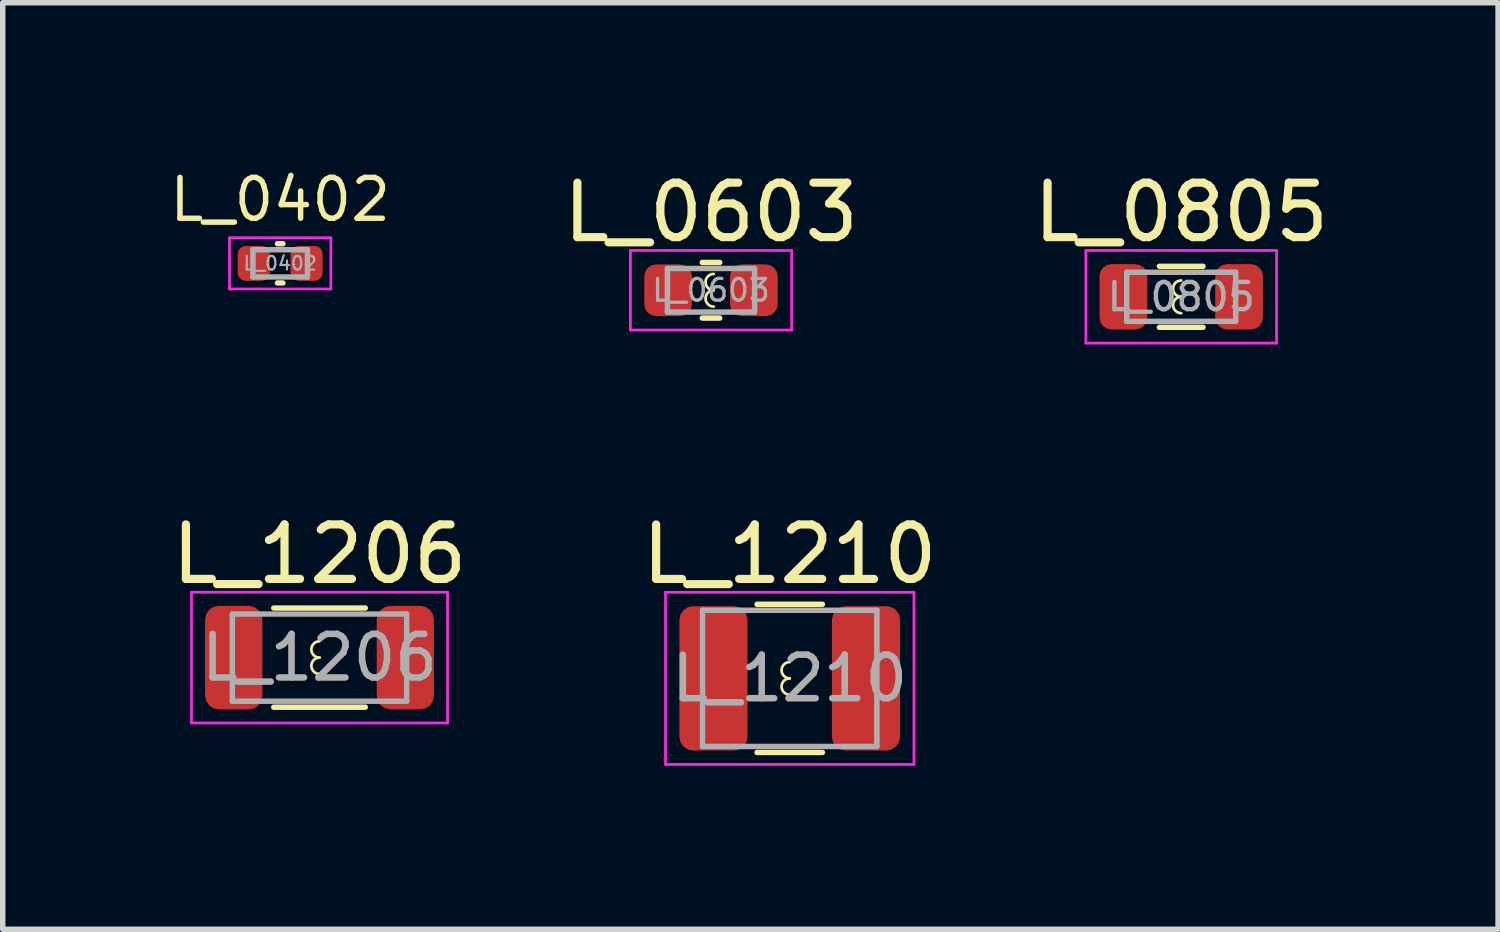
<source format=kicad_pcb>
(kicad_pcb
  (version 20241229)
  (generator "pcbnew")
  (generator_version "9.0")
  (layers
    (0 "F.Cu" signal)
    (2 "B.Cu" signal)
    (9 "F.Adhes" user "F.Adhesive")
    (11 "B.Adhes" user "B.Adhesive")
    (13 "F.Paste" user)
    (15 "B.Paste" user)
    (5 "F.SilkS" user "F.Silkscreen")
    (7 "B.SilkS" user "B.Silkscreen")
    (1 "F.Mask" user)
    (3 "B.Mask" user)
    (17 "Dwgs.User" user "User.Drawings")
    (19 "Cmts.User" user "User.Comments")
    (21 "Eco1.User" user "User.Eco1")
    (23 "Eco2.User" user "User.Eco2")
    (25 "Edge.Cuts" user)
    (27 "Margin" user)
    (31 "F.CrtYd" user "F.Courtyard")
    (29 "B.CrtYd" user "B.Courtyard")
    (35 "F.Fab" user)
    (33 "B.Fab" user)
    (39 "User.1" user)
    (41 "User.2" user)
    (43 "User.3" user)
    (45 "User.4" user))
  (footprint "L_0805"
    (layer "F.Cu")
    (at 18.632 2.398)
    (property "Reference" "L_0805" (at 0 -1.55 0) (layer "F.SilkS") (effects (font (size 1 1) (thickness 0.15))))
    (attr smd)
    (fp_line (start -0.4 -0.56) (end 0.4 -0.56) (stroke (width 0.1) (type solid)) (layer "F.SilkS"))
    (fp_line (start -0.4 0.56) (end 0.4 0.56) (stroke (width 0.1) (type solid)) (layer "F.SilkS"))
    (fp_arc (start 0 0) (mid -0.15 -0.15) (end 0 -0.3) (stroke (width 0.05) (type solid)) (layer "F.SilkS"))
    (fp_arc (start 0 0.3) (mid -0.15 0.15) (end 0 0) (stroke (width 0.05) (type solid)) (layer "F.SilkS"))
    (fp_line (start -1.75 -0.85) (end 1.75 -0.85) (stroke (width 0.05) (type solid)) (layer "F.CrtYd"))
    (fp_line (start -1.75 0.85) (end -1.75 -0.85) (stroke (width 0.05) (type solid)) (layer "F.CrtYd"))
    (fp_line (start 1.75 -0.85) (end 1.75 0.85) (stroke (width 0.05) (type solid)) (layer "F.CrtYd"))
    (fp_line (start 1.75 0.85) (end -1.75 0.85) (stroke (width 0.05) (type solid)) (layer "F.CrtYd"))
    (fp_line (start -1 -0.45) (end 1 -0.45) (stroke (width 0.1) (type solid)) (layer "F.Fab"))
    (fp_line (start -1 0.45) (end -1 -0.45) (stroke (width 0.1) (type solid)) (layer "F.Fab"))
    (fp_line (start 1 -0.45) (end 1 0.45) (stroke (width 0.1) (type solid)) (layer "F.Fab"))
    (fp_line (start 1 0.45) (end -1 0.45) (stroke (width 0.1) (type solid)) (layer "F.Fab"))
    (fp_text user "${REFERENCE}" (at 0 0 0) (layer "F.Fab") (effects (font (size 0.5 0.5) (thickness 0.08))))
    (pad "1" smd roundrect (at -1.062 0) (size 0.875 1.2) (layers "F.Cu" "F.Mask" "F.Paste") (roundrect_rratio 0.25))
    (pad "2" smd roundrect (at 1.062 0) (size 0.875 1.2) (layers "F.Cu" "F.Mask" "F.Paste") (roundrect_rratio 0.25)))
  (footprint "L_1210"
    (layer "F.Cu")
    (at 11.446 9.402)
    (property "Reference" "L_1210" (at 0 -2.28 0) (layer "F.SilkS") (effects (font (size 1 1) (thickness 0.15))))
    (attr smd)
    (fp_line (start -0.6 -1.36) (end 0.6 -1.36) (stroke (width 0.1) (type solid)) (layer "F.SilkS"))
    (fp_line (start -0.6 1.36) (end 0.6 1.36) (stroke (width 0.1) (type solid)) (layer "F.SilkS"))
    (fp_arc (start 0 0) (mid -0.15 -0.15) (end 0 -0.3) (stroke (width 0.05) (type solid)) (layer "F.SilkS"))
    (fp_arc (start 0 0.3) (mid -0.15 0.15) (end 0 0) (stroke (width 0.05) (type solid)) (layer "F.SilkS"))
    (fp_line (start -2.28 -1.58) (end 2.28 -1.58) (stroke (width 0.05) (type solid)) (layer "F.CrtYd"))
    (fp_line (start -2.28 1.58) (end -2.28 -1.58) (stroke (width 0.05) (type solid)) (layer "F.CrtYd"))
    (fp_line (start 2.28 -1.58) (end 2.28 1.58) (stroke (width 0.05) (type solid)) (layer "F.CrtYd"))
    (fp_line (start 2.28 1.58) (end -2.28 1.58) (stroke (width 0.05) (type solid)) (layer "F.CrtYd"))
    (fp_line (start -1.6 -1.25) (end 1.6 -1.25) (stroke (width 0.1) (type solid)) (layer "F.Fab"))
    (fp_line (start -1.6 1.25) (end -1.6 -1.25) (stroke (width 0.1) (type solid)) (layer "F.Fab"))
    (fp_line (start 1.6 -1.25) (end 1.6 1.25) (stroke (width 0.1) (type solid)) (layer "F.Fab"))
    (fp_line (start 1.6 1.25) (end -1.6 1.25) (stroke (width 0.1) (type solid)) (layer "F.Fab"))
    (fp_text user "${REFERENCE}" (at 0 0 0) (layer "F.Fab") (effects (font (size 0.8 0.8) (thickness 0.12))))
    (pad "1" smd roundrect (at -1.4 0) (size 1.25 2.65) (layers "F.Cu" "F.Mask" "F.Paste") (roundrect_rratio 0.2))
    (pad "2" smd roundrect (at 1.4 0) (size 1.25 2.65) (layers "F.Cu" "F.Mask" "F.Paste") (roundrect_rratio 0.2)))
  (footprint "L_1206"
    (layer "F.Cu")
    (at 2.815 9.021)
    (property "Reference" "L_1206" (at 0 -1.9 0) (layer "F.SilkS") (effects (font (size 1 1) (thickness 0.15))))
    (attr smd)
    (fp_line (start -0.84 -0.91) (end 0.84 -0.91) (stroke (width 0.1) (type solid)) (layer "F.SilkS"))
    (fp_line (start -0.84 0.91) (end 0.84 0.91) (stroke (width 0.1) (type solid)) (layer "F.SilkS"))
    (fp_arc (start 0 0) (mid -0.15 -0.15) (end 0 -0.3) (stroke (width 0.05) (type solid)) (layer "F.SilkS"))
    (fp_arc (start 0 0.3) (mid -0.15 0.15) (end 0 0) (stroke (width 0.05) (type solid)) (layer "F.SilkS"))
    (fp_line (start -2.35 -1.2) (end 2.35 -1.2) (stroke (width 0.05) (type solid)) (layer "F.CrtYd"))
    (fp_line (start -2.35 1.2) (end -2.35 -1.2) (stroke (width 0.05) (type solid)) (layer "F.CrtYd"))
    (fp_line (start 2.35 -1.2) (end 2.35 1.2) (stroke (width 0.05) (type solid)) (layer "F.CrtYd"))
    (fp_line (start 2.35 1.2) (end -2.35 1.2) (stroke (width 0.05) (type solid)) (layer "F.CrtYd"))
    (fp_line (start -1.6 -0.8) (end 1.6 -0.8) (stroke (width 0.1) (type solid)) (layer "F.Fab"))
    (fp_line (start -1.6 0.8) (end -1.6 -0.8) (stroke (width 0.1) (type solid)) (layer "F.Fab"))
    (fp_line (start 1.6 -0.8) (end 1.6 0.8) (stroke (width 0.1) (type solid)) (layer "F.Fab"))
    (fp_line (start 1.6 0.8) (end -1.6 0.8) (stroke (width 0.1) (type solid)) (layer "F.Fab"))
    (fp_text user "${REFERENCE}" (at 0 0 0) (layer "F.Fab") (effects (font (size 0.8 0.8) (thickness 0.12))))
    (pad "1" smd roundrect (at -1.575 0) (size 1.05 1.9) (layers "F.Cu" "F.Mask" "F.Paste") (roundrect_rratio 0.238))
    (pad "2" smd roundrect (at 1.575 0) (size 1.05 1.9) (layers "F.Cu" "F.Mask" "F.Paste") (roundrect_rratio 0.238)))
  (footprint "L_0603"
    (layer "F.Cu")
    (at 10.001 2.278)
    (property "Reference" "L_0603" (at 0 -1.43 0) (layer "F.SilkS") (effects (font (size 1 1) (thickness 0.15))))
    (attr smd)
    (fp_line (start -0.16 -0.51) (end 0.16 -0.51) (stroke (width 0.1) (type solid)) (layer "F.SilkS"))
    (fp_line (start -0.16 0.51) (end 0.16 0.51) (stroke (width 0.1) (type solid)) (layer "F.SilkS"))
    (fp_arc (start 0.05 0) (mid -0.1 -0.15) (end 0.05 -0.3) (stroke (width 0.05) (type solid)) (layer "F.SilkS"))
    (fp_arc (start 0.05 0.3) (mid -0.1 0.15) (end 0.05 0) (stroke (width 0.05) (type solid)) (layer "F.SilkS"))
    (fp_line (start -1.48 -0.73) (end 1.48 -0.73) (stroke (width 0.05) (type solid)) (layer "F.CrtYd"))
    (fp_line (start -1.48 0.73) (end -1.48 -0.73) (stroke (width 0.05) (type solid)) (layer "F.CrtYd"))
    (fp_line (start 1.48 -0.73) (end 1.48 0.73) (stroke (width 0.05) (type solid)) (layer "F.CrtYd"))
    (fp_line (start 1.48 0.73) (end -1.48 0.73) (stroke (width 0.05) (type solid)) (layer "F.CrtYd"))
    (fp_line (start -0.8 -0.4) (end 0.8 -0.4) (stroke (width 0.1) (type solid)) (layer "F.Fab"))
    (fp_line (start -0.8 0.4) (end -0.8 -0.4) (stroke (width 0.1) (type solid)) (layer "F.Fab"))
    (fp_line (start 0.8 -0.4) (end 0.8 0.4) (stroke (width 0.1) (type solid)) (layer "F.Fab"))
    (fp_line (start 0.8 0.4) (end -0.8 0.4) (stroke (width 0.1) (type solid)) (layer "F.Fab"))
    (fp_text user "${REFERENCE}" (at 0 0 0) (layer "F.Fab") (effects (font (size 0.4 0.4) (thickness 0.06))))
    (pad "1" smd roundrect (at -0.787 0) (size 0.875 0.95) (layers "F.Cu" "F.Mask" "F.Paste") (roundrect_rratio 0.25))
    (pad "2" smd roundrect (at 0.787 0) (size 0.875 0.95) (layers "F.Cu" "F.Mask" "F.Paste") (roundrect_rratio 0.25)))
  (footprint "L_0402"
    (layer "F.Cu")
    (at 2.093 1.784)
    (property "Reference" "L_0402" (at 0 -1.17 0) (layer "F.SilkS") (effects (font (size 0.75 0.75) (thickness 0.1))))
    (attr smd)
    (fp_line (start -0.05 0.36) (end 0.05 0.36) (stroke (width 0.1) (type solid)) (layer "F.SilkS"))
    (fp_line (start 0.05 -0.36) (end -0.05 -0.36) (stroke (width 0.1) (type solid)) (layer "F.SilkS"))
    (fp_line (start -0.93 -0.47) (end 0.93 -0.47) (stroke (width 0.05) (type solid)) (layer "F.CrtYd"))
    (fp_line (start -0.93 0.47) (end -0.93 -0.47) (stroke (width 0.05) (type solid)) (layer "F.CrtYd"))
    (fp_line (start 0.93 -0.47) (end 0.93 0.47) (stroke (width 0.05) (type solid)) (layer "F.CrtYd"))
    (fp_line (start 0.93 0.47) (end -0.93 0.47) (stroke (width 0.05) (type solid)) (layer "F.CrtYd"))
    (fp_line (start -0.5 -0.25) (end 0.5 -0.25) (stroke (width 0.1) (type solid)) (layer "F.Fab"))
    (fp_line (start -0.5 0.25) (end -0.5 -0.25) (stroke (width 0.1) (type solid)) (layer "F.Fab"))
    (fp_line (start 0.5 -0.25) (end 0.5 0.25) (stroke (width 0.1) (type solid)) (layer "F.Fab"))
    (fp_line (start 0.5 0.25) (end -0.5 0.25) (stroke (width 0.1) (type solid)) (layer "F.Fab"))
    (fp_text user "${REFERENCE}" (at 0 0 0) (layer "F.Fab") (effects (font (size 0.25 0.25) (thickness 0.04))))
    (pad "1" smd roundrect (at -0.485 0) (size 0.59 0.64) (layers "F.Cu" "F.Mask" "F.Paste") (roundrect_rratio 0.25))
    (pad "2" smd roundrect (at 0.485 0) (size 0.59 0.64) (layers "F.Cu" "F.Mask" "F.Paste") (roundrect_rratio 0.25)))
  (gr_rect
    (start -3 -3)
    (end 24.448 14.007)
    (stroke (width 0.1) (type default))
    (fill no)
    (layer "Edge.Cuts")))
</source>
